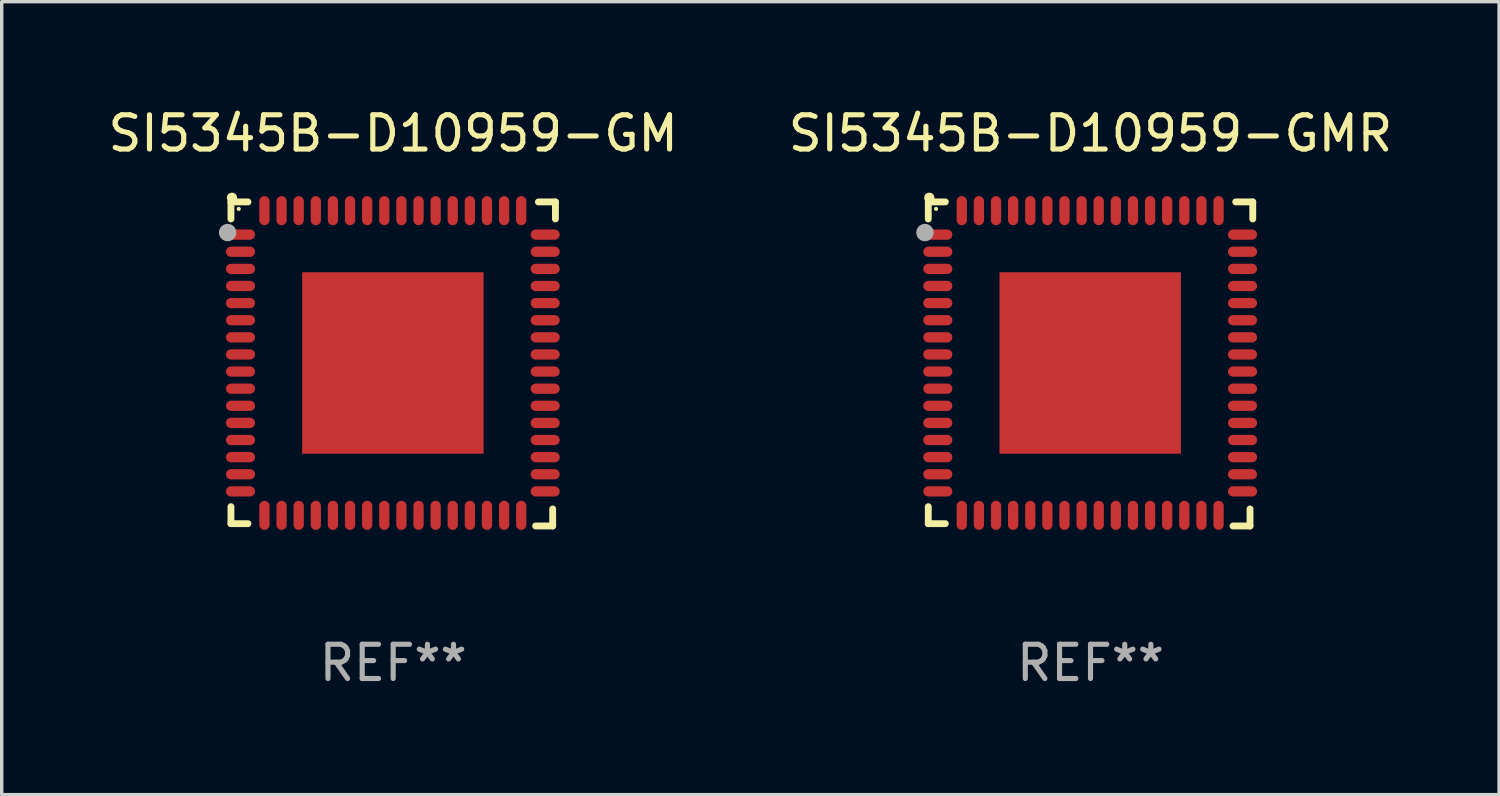
<source format=kicad_pcb>
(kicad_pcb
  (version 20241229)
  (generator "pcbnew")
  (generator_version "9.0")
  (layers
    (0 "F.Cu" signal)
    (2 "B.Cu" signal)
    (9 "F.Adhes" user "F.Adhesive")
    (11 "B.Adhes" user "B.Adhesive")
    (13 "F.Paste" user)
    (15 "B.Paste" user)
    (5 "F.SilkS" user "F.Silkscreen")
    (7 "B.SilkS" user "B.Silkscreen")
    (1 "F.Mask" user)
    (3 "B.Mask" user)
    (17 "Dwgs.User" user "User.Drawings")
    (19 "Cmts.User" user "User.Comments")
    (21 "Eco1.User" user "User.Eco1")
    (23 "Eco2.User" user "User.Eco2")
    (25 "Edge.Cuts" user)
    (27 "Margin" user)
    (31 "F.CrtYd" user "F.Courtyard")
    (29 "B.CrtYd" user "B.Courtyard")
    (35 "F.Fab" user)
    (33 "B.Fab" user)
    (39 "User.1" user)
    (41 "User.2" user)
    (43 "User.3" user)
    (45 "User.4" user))
  (footprint "SI5345B-D10959-GMR"
    (layer "F.Cu")
    (at 28.804 7.581)
    (property "Reference" "SI5345B-D10959-GMR" (at 0 -6.733 0) (layer "F.SilkS") (effects (font (size 1 1) (thickness 0.15))))
    (attr through_hole)
    (fp_line (start -4.739 -4.733) (end -4.241 -4.733) (stroke (width 0.2) (type solid)) (layer "F.SilkS"))
    (fp_line (start -4.739 -4.235) (end -4.739 -4.733) (stroke (width 0.2) (type solid)) (layer "F.SilkS"))
    (fp_line (start -4.739 4.168) (end -4.739 4.665) (stroke (width 0.2) (type solid)) (layer "F.SilkS"))
    (fp_line (start -4.739 4.665) (end -4.241 4.665) (stroke (width 0.2) (type solid)) (layer "F.SilkS"))
    (fp_line (start 4.161 4.733) (end 4.659 4.733) (stroke (width 0.2) (type solid)) (layer "F.SilkS"))
    (fp_line (start 4.241 -4.733) (end 4.739 -4.733) (stroke (width 0.2) (type solid)) (layer "F.SilkS"))
    (fp_line (start 4.659 4.733) (end 4.659 4.235) (stroke (width 0.2) (type solid)) (layer "F.SilkS"))
    (fp_line (start 4.739 -4.733) (end 4.739 -4.235) (stroke (width 0.2) (type solid)) (layer "F.SilkS"))
    (fp_arc (start -4.708623 -4.85108) (mid -4.708628 -4.85235) (end -4.708623 -4.85362) (stroke (width 0.3) (type solid)) (layer "F.SilkS"))
    (fp_circle (center -4.511 -4.529) (end -4.481 -4.529) (stroke (width 0.06) (type solid)) (fill no) (layer "F.SilkS"))
    (fp_circle (center -4.836 -3.838) (end -4.709 -3.838) (stroke (width 0.254) (type solid)) (fill no) (layer "F.Fab"))
    (fp_text user "REF**" (at 0 8.733 0) (layer "F.Fab") (effects (font (size 1 1) (thickness 0.15))))
    (pad "1" smd oval (at -4.46 -3.778) (size 0.85 0.3) (layers "F.Cu" "F.Mask" "F.Paste"))
    (pad "2" smd oval (at -4.46 -3.278) (size 0.85 0.3) (layers "F.Cu" "F.Mask" "F.Paste"))
    (pad "3" smd oval (at -4.46 -2.778) (size 0.85 0.3) (layers "F.Cu" "F.Mask" "F.Paste"))
    (pad "4" smd oval (at -4.46 -2.278) (size 0.85 0.3) (layers "F.Cu" "F.Mask" "F.Paste"))
    (pad "5" smd oval (at -4.46 -1.778) (size 0.85 0.3) (layers "F.Cu" "F.Mask" "F.Paste"))
    (pad "6" smd oval (at -4.46 -1.278) (size 0.85 0.3) (layers "F.Cu" "F.Mask" "F.Paste"))
    (pad "7" smd oval (at -4.46 -0.778) (size 0.85 0.3) (layers "F.Cu" "F.Mask" "F.Paste"))
    (pad "8" smd oval (at -4.46 -0.278) (size 0.85 0.3) (layers "F.Cu" "F.Mask" "F.Paste"))
    (pad "9" smd oval (at -4.46 0.222) (size 0.85 0.3) (layers "F.Cu" "F.Mask" "F.Paste"))
    (pad "10" smd oval (at -4.46 0.722) (size 0.85 0.3) (layers "F.Cu" "F.Mask" "F.Paste"))
    (pad "11" smd oval (at -4.46 1.222) (size 0.85 0.3) (layers "F.Cu" "F.Mask" "F.Paste"))
    (pad "12" smd oval (at -4.46 1.722) (size 0.85 0.3) (layers "F.Cu" "F.Mask" "F.Paste"))
    (pad "13" smd oval (at -4.46 2.222) (size 0.85 0.3) (layers "F.Cu" "F.Mask" "F.Paste"))
    (pad "14" smd oval (at -4.46 2.722) (size 0.85 0.3) (layers "F.Cu" "F.Mask" "F.Paste"))
    (pad "15" smd oval (at -4.46 3.222) (size 0.85 0.3) (layers "F.Cu" "F.Mask" "F.Paste"))
    (pad "16" smd oval (at -4.46 3.722) (size 0.85 0.3) (layers "F.Cu" "F.Mask" "F.Paste"))
    (pad "17" smd oval (at -3.76 4.422) (size 0.3 0.85) (layers "F.Cu" "F.Mask" "F.Paste"))
    (pad "18" smd oval (at -3.26 4.422) (size 0.3 0.85) (layers "F.Cu" "F.Mask" "F.Paste"))
    (pad "19" smd oval (at -2.76 4.422) (size 0.3 0.85) (layers "F.Cu" "F.Mask" "F.Paste"))
    (pad "20" smd oval (at -2.26 4.422) (size 0.3 0.85) (layers "F.Cu" "F.Mask" "F.Paste"))
    (pad "21" smd oval (at -1.76 4.422) (size 0.3 0.85) (layers "F.Cu" "F.Mask" "F.Paste"))
    (pad "22" smd oval (at -1.26 4.422) (size 0.3 0.85) (layers "F.Cu" "F.Mask" "F.Paste"))
    (pad "23" smd oval (at -0.76 4.422) (size 0.3 0.85) (layers "F.Cu" "F.Mask" "F.Paste"))
    (pad "24" smd oval (at -0.26 4.422) (size 0.3 0.85) (layers "F.Cu" "F.Mask" "F.Paste"))
    (pad "25" smd oval (at 0.24 4.422) (size 0.3 0.85) (layers "F.Cu" "F.Mask" "F.Paste"))
    (pad "26" smd oval (at 0.74 4.422) (size 0.3 0.85) (layers "F.Cu" "F.Mask" "F.Paste"))
    (pad "27" smd oval (at 1.24 4.422) (size 0.3 0.85) (layers "F.Cu" "F.Mask" "F.Paste"))
    (pad "28" smd oval (at 1.74 4.422) (size 0.3 0.85) (layers "F.Cu" "F.Mask" "F.Paste"))
    (pad "29" smd oval (at 2.24 4.422) (size 0.3 0.85) (layers "F.Cu" "F.Mask" "F.Paste"))
    (pad "30" smd oval (at 2.74 4.422) (size 0.3 0.85) (layers "F.Cu" "F.Mask" "F.Paste"))
    (pad "31" smd oval (at 3.24 4.422) (size 0.3 0.85) (layers "F.Cu" "F.Mask" "F.Paste"))
    (pad "32" smd oval (at 3.74 4.422) (size 0.3 0.85) (layers "F.Cu" "F.Mask" "F.Paste"))
    (pad "33" smd oval (at 4.44 3.723) (size 0.85 0.3) (layers "F.Cu" "F.Mask" "F.Paste"))
    (pad "34" smd oval (at 4.44 3.222) (size 0.85 0.3) (layers "F.Cu" "F.Mask" "F.Paste"))
    (pad "35" smd oval (at 4.44 2.723) (size 0.85 0.3) (layers "F.Cu" "F.Mask" "F.Paste"))
    (pad "36" smd oval (at 4.44 2.222) (size 0.85 0.3) (layers "F.Cu" "F.Mask" "F.Paste"))
    (pad "37" smd oval (at 4.44 1.723) (size 0.85 0.3) (layers "F.Cu" "F.Mask" "F.Paste"))
    (pad "38" smd oval (at 4.44 1.222) (size 0.85 0.3) (layers "F.Cu" "F.Mask" "F.Paste"))
    (pad "39" smd oval (at 4.44 0.723) (size 0.85 0.3) (layers "F.Cu" "F.Mask" "F.Paste"))
    (pad "40" smd oval (at 4.44 0.222) (size 0.85 0.3) (layers "F.Cu" "F.Mask" "F.Paste"))
    (pad "41" smd oval (at 4.44 -0.277) (size 0.85 0.3) (layers "F.Cu" "F.Mask" "F.Paste"))
    (pad "42" smd oval (at 4.44 -0.778) (size 0.85 0.3) (layers "F.Cu" "F.Mask" "F.Paste"))
    (pad "43" smd oval (at 4.44 -1.277) (size 0.85 0.3) (layers "F.Cu" "F.Mask" "F.Paste"))
    (pad "44" smd oval (at 4.44 -1.778) (size 0.85 0.3) (layers "F.Cu" "F.Mask" "F.Paste"))
    (pad "45" smd oval (at 4.44 -2.277) (size 0.85 0.3) (layers "F.Cu" "F.Mask" "F.Paste"))
    (pad "46" smd oval (at 4.44 -2.778) (size 0.85 0.3) (layers "F.Cu" "F.Mask" "F.Paste"))
    (pad "47" smd oval (at 4.44 -3.277) (size 0.85 0.3) (layers "F.Cu" "F.Mask" "F.Paste"))
    (pad "48" smd oval (at 4.44 -3.778) (size 0.85 0.3) (layers "F.Cu" "F.Mask" "F.Paste"))
    (pad "49" smd oval (at 3.74 -4.478) (size 0.3 0.85) (layers "F.Cu" "F.Mask" "F.Paste"))
    (pad "50" smd oval (at 3.24 -4.478) (size 0.3 0.85) (layers "F.Cu" "F.Mask" "F.Paste"))
    (pad "51" smd oval (at 2.74 -4.478) (size 0.3 0.85) (layers "F.Cu" "F.Mask" "F.Paste"))
    (pad "52" smd oval (at 2.24 -4.478) (size 0.3 0.85) (layers "F.Cu" "F.Mask" "F.Paste"))
    (pad "53" smd oval (at 1.74 -4.478) (size 0.3 0.85) (layers "F.Cu" "F.Mask" "F.Paste"))
    (pad "54" smd oval (at 1.24 -4.478) (size 0.3 0.85) (layers "F.Cu" "F.Mask" "F.Paste"))
    (pad "55" smd oval (at 0.74 -4.478) (size 0.3 0.85) (layers "F.Cu" "F.Mask" "F.Paste"))
    (pad "56" smd oval (at 0.24 -4.478) (size 0.3 0.85) (layers "F.Cu" "F.Mask" "F.Paste"))
    (pad "57" smd oval (at -0.26 -4.478) (size 0.3 0.85) (layers "F.Cu" "F.Mask" "F.Paste"))
    (pad "58" smd oval (at -0.76 -4.478) (size 0.3 0.85) (layers "F.Cu" "F.Mask" "F.Paste"))
    (pad "59" smd oval (at -1.26 -4.478) (size 0.3 0.85) (layers "F.Cu" "F.Mask" "F.Paste"))
    (pad "60" smd oval (at -1.76 -4.478) (size 0.3 0.85) (layers "F.Cu" "F.Mask" "F.Paste"))
    (pad "61" smd oval (at -2.26 -4.478) (size 0.3 0.85) (layers "F.Cu" "F.Mask" "F.Paste"))
    (pad "62" smd oval (at -2.76 -4.478) (size 0.3 0.85) (layers "F.Cu" "F.Mask" "F.Paste"))
    (pad "63" smd oval (at -3.26 -4.478) (size 0.3 0.85) (layers "F.Cu" "F.Mask" "F.Paste"))
    (pad "64" smd oval (at -3.76 -4.478) (size 0.3 0.85) (layers "F.Cu" "F.Mask" "F.Paste"))
    (pad "65" smd rect (at -0.009 -0.028 90) (size 5.3 5.3) (layers "F.Cu" "F.Mask" "F.Paste")))
  (footprint "SI5345B-D10959-GM"
    (layer "F.Cu")
    (at 8.435 7.581)
    (property "Reference" "SI5345B-D10959-GM" (at 0 -6.733 0) (layer "F.SilkS") (effects (font (size 1 1) (thickness 0.15))))
    (attr through_hole)
    (fp_line (start -4.739 -4.733) (end -4.241 -4.733) (stroke (width 0.2) (type solid)) (layer "F.SilkS"))
    (fp_line (start -4.739 -4.235) (end -4.739 -4.733) (stroke (width 0.2) (type solid)) (layer "F.SilkS"))
    (fp_line (start -4.739 4.168) (end -4.739 4.665) (stroke (width 0.2) (type solid)) (layer "F.SilkS"))
    (fp_line (start -4.739 4.665) (end -4.241 4.665) (stroke (width 0.2) (type solid)) (layer "F.SilkS"))
    (fp_line (start 4.161 4.733) (end 4.659 4.733) (stroke (width 0.2) (type solid)) (layer "F.SilkS"))
    (fp_line (start 4.241 -4.733) (end 4.739 -4.733) (stroke (width 0.2) (type solid)) (layer "F.SilkS"))
    (fp_line (start 4.659 4.733) (end 4.659 4.235) (stroke (width 0.2) (type solid)) (layer "F.SilkS"))
    (fp_line (start 4.739 -4.733) (end 4.739 -4.235) (stroke (width 0.2) (type solid)) (layer "F.SilkS"))
    (fp_arc (start -4.708623 -4.85108) (mid -4.708628 -4.85235) (end -4.708623 -4.85362) (stroke (width 0.3) (type solid)) (layer "F.SilkS"))
    (fp_circle (center -4.511 -4.529) (end -4.481 -4.529) (stroke (width 0.06) (type solid)) (fill no) (layer "F.SilkS"))
    (fp_circle (center -4.836 -3.838) (end -4.709 -3.838) (stroke (width 0.254) (type solid)) (fill no) (layer "F.Fab"))
    (fp_text user "REF**" (at 0 8.733 0) (layer "F.Fab") (effects (font (size 1 1) (thickness 0.15))))
    (pad "1" smd oval (at -4.46 -3.778) (size 0.85 0.3) (layers "F.Cu" "F.Mask" "F.Paste"))
    (pad "2" smd oval (at -4.46 -3.278) (size 0.85 0.3) (layers "F.Cu" "F.Mask" "F.Paste"))
    (pad "3" smd oval (at -4.46 -2.778) (size 0.85 0.3) (layers "F.Cu" "F.Mask" "F.Paste"))
    (pad "4" smd oval (at -4.46 -2.278) (size 0.85 0.3) (layers "F.Cu" "F.Mask" "F.Paste"))
    (pad "5" smd oval (at -4.46 -1.778) (size 0.85 0.3) (layers "F.Cu" "F.Mask" "F.Paste"))
    (pad "6" smd oval (at -4.46 -1.278) (size 0.85 0.3) (layers "F.Cu" "F.Mask" "F.Paste"))
    (pad "7" smd oval (at -4.46 -0.778) (size 0.85 0.3) (layers "F.Cu" "F.Mask" "F.Paste"))
    (pad "8" smd oval (at -4.46 -0.278) (size 0.85 0.3) (layers "F.Cu" "F.Mask" "F.Paste"))
    (pad "9" smd oval (at -4.46 0.222) (size 0.85 0.3) (layers "F.Cu" "F.Mask" "F.Paste"))
    (pad "10" smd oval (at -4.46 0.722) (size 0.85 0.3) (layers "F.Cu" "F.Mask" "F.Paste"))
    (pad "11" smd oval (at -4.46 1.222) (size 0.85 0.3) (layers "F.Cu" "F.Mask" "F.Paste"))
    (pad "12" smd oval (at -4.46 1.722) (size 0.85 0.3) (layers "F.Cu" "F.Mask" "F.Paste"))
    (pad "13" smd oval (at -4.46 2.222) (size 0.85 0.3) (layers "F.Cu" "F.Mask" "F.Paste"))
    (pad "14" smd oval (at -4.46 2.722) (size 0.85 0.3) (layers "F.Cu" "F.Mask" "F.Paste"))
    (pad "15" smd oval (at -4.46 3.222) (size 0.85 0.3) (layers "F.Cu" "F.Mask" "F.Paste"))
    (pad "16" smd oval (at -4.46 3.722) (size 0.85 0.3) (layers "F.Cu" "F.Mask" "F.Paste"))
    (pad "17" smd oval (at -3.76 4.422) (size 0.3 0.85) (layers "F.Cu" "F.Mask" "F.Paste"))
    (pad "18" smd oval (at -3.26 4.422) (size 0.3 0.85) (layers "F.Cu" "F.Mask" "F.Paste"))
    (pad "19" smd oval (at -2.76 4.422) (size 0.3 0.85) (layers "F.Cu" "F.Mask" "F.Paste"))
    (pad "20" smd oval (at -2.26 4.422) (size 0.3 0.85) (layers "F.Cu" "F.Mask" "F.Paste"))
    (pad "21" smd oval (at -1.76 4.422) (size 0.3 0.85) (layers "F.Cu" "F.Mask" "F.Paste"))
    (pad "22" smd oval (at -1.26 4.422) (size 0.3 0.85) (layers "F.Cu" "F.Mask" "F.Paste"))
    (pad "23" smd oval (at -0.76 4.422) (size 0.3 0.85) (layers "F.Cu" "F.Mask" "F.Paste"))
    (pad "24" smd oval (at -0.26 4.422) (size 0.3 0.85) (layers "F.Cu" "F.Mask" "F.Paste"))
    (pad "25" smd oval (at 0.24 4.422) (size 0.3 0.85) (layers "F.Cu" "F.Mask" "F.Paste"))
    (pad "26" smd oval (at 0.74 4.422) (size 0.3 0.85) (layers "F.Cu" "F.Mask" "F.Paste"))
    (pad "27" smd oval (at 1.24 4.422) (size 0.3 0.85) (layers "F.Cu" "F.Mask" "F.Paste"))
    (pad "28" smd oval (at 1.74 4.422) (size 0.3 0.85) (layers "F.Cu" "F.Mask" "F.Paste"))
    (pad "29" smd oval (at 2.24 4.422) (size 0.3 0.85) (layers "F.Cu" "F.Mask" "F.Paste"))
    (pad "30" smd oval (at 2.74 4.422) (size 0.3 0.85) (layers "F.Cu" "F.Mask" "F.Paste"))
    (pad "31" smd oval (at 3.24 4.422) (size 0.3 0.85) (layers "F.Cu" "F.Mask" "F.Paste"))
    (pad "32" smd oval (at 3.74 4.422) (size 0.3 0.85) (layers "F.Cu" "F.Mask" "F.Paste"))
    (pad "33" smd oval (at 4.44 3.723) (size 0.85 0.3) (layers "F.Cu" "F.Mask" "F.Paste"))
    (pad "34" smd oval (at 4.44 3.222) (size 0.85 0.3) (layers "F.Cu" "F.Mask" "F.Paste"))
    (pad "35" smd oval (at 4.44 2.723) (size 0.85 0.3) (layers "F.Cu" "F.Mask" "F.Paste"))
    (pad "36" smd oval (at 4.44 2.222) (size 0.85 0.3) (layers "F.Cu" "F.Mask" "F.Paste"))
    (pad "37" smd oval (at 4.44 1.723) (size 0.85 0.3) (layers "F.Cu" "F.Mask" "F.Paste"))
    (pad "38" smd oval (at 4.44 1.222) (size 0.85 0.3) (layers "F.Cu" "F.Mask" "F.Paste"))
    (pad "39" smd oval (at 4.44 0.723) (size 0.85 0.3) (layers "F.Cu" "F.Mask" "F.Paste"))
    (pad "40" smd oval (at 4.44 0.222) (size 0.85 0.3) (layers "F.Cu" "F.Mask" "F.Paste"))
    (pad "41" smd oval (at 4.44 -0.277) (size 0.85 0.3) (layers "F.Cu" "F.Mask" "F.Paste"))
    (pad "42" smd oval (at 4.44 -0.778) (size 0.85 0.3) (layers "F.Cu" "F.Mask" "F.Paste"))
    (pad "43" smd oval (at 4.44 -1.277) (size 0.85 0.3) (layers "F.Cu" "F.Mask" "F.Paste"))
    (pad "44" smd oval (at 4.44 -1.778) (size 0.85 0.3) (layers "F.Cu" "F.Mask" "F.Paste"))
    (pad "45" smd oval (at 4.44 -2.277) (size 0.85 0.3) (layers "F.Cu" "F.Mask" "F.Paste"))
    (pad "46" smd oval (at 4.44 -2.778) (size 0.85 0.3) (layers "F.Cu" "F.Mask" "F.Paste"))
    (pad "47" smd oval (at 4.44 -3.277) (size 0.85 0.3) (layers "F.Cu" "F.Mask" "F.Paste"))
    (pad "48" smd oval (at 4.44 -3.778) (size 0.85 0.3) (layers "F.Cu" "F.Mask" "F.Paste"))
    (pad "49" smd oval (at 3.74 -4.478) (size 0.3 0.85) (layers "F.Cu" "F.Mask" "F.Paste"))
    (pad "50" smd oval (at 3.24 -4.478) (size 0.3 0.85) (layers "F.Cu" "F.Mask" "F.Paste"))
    (pad "51" smd oval (at 2.74 -4.478) (size 0.3 0.85) (layers "F.Cu" "F.Mask" "F.Paste"))
    (pad "52" smd oval (at 2.24 -4.478) (size 0.3 0.85) (layers "F.Cu" "F.Mask" "F.Paste"))
    (pad "53" smd oval (at 1.74 -4.478) (size 0.3 0.85) (layers "F.Cu" "F.Mask" "F.Paste"))
    (pad "54" smd oval (at 1.24 -4.478) (size 0.3 0.85) (layers "F.Cu" "F.Mask" "F.Paste"))
    (pad "55" smd oval (at 0.74 -4.478) (size 0.3 0.85) (layers "F.Cu" "F.Mask" "F.Paste"))
    (pad "56" smd oval (at 0.24 -4.478) (size 0.3 0.85) (layers "F.Cu" "F.Mask" "F.Paste"))
    (pad "57" smd oval (at -0.26 -4.478) (size 0.3 0.85) (layers "F.Cu" "F.Mask" "F.Paste"))
    (pad "58" smd oval (at -0.76 -4.478) (size 0.3 0.85) (layers "F.Cu" "F.Mask" "F.Paste"))
    (pad "59" smd oval (at -1.26 -4.478) (size 0.3 0.85) (layers "F.Cu" "F.Mask" "F.Paste"))
    (pad "60" smd oval (at -1.76 -4.478) (size 0.3 0.85) (layers "F.Cu" "F.Mask" "F.Paste"))
    (pad "61" smd oval (at -2.26 -4.478) (size 0.3 0.85) (layers "F.Cu" "F.Mask" "F.Paste"))
    (pad "62" smd oval (at -2.76 -4.478) (size 0.3 0.85) (layers "F.Cu" "F.Mask" "F.Paste"))
    (pad "63" smd oval (at -3.26 -4.478) (size 0.3 0.85) (layers "F.Cu" "F.Mask" "F.Paste"))
    (pad "64" smd oval (at -3.76 -4.478) (size 0.3 0.85) (layers "F.Cu" "F.Mask" "F.Paste"))
    (pad "65" smd rect (at -0.009 -0.028 90) (size 5.3 5.3) (layers "F.Cu" "F.Mask" "F.Paste")))
  (gr_rect
    (start -3 -3)
    (end 40.738 20.162)
    (stroke (width 0.1) (type default))
    (fill no)
    (layer "Edge.Cuts")))
</source>
